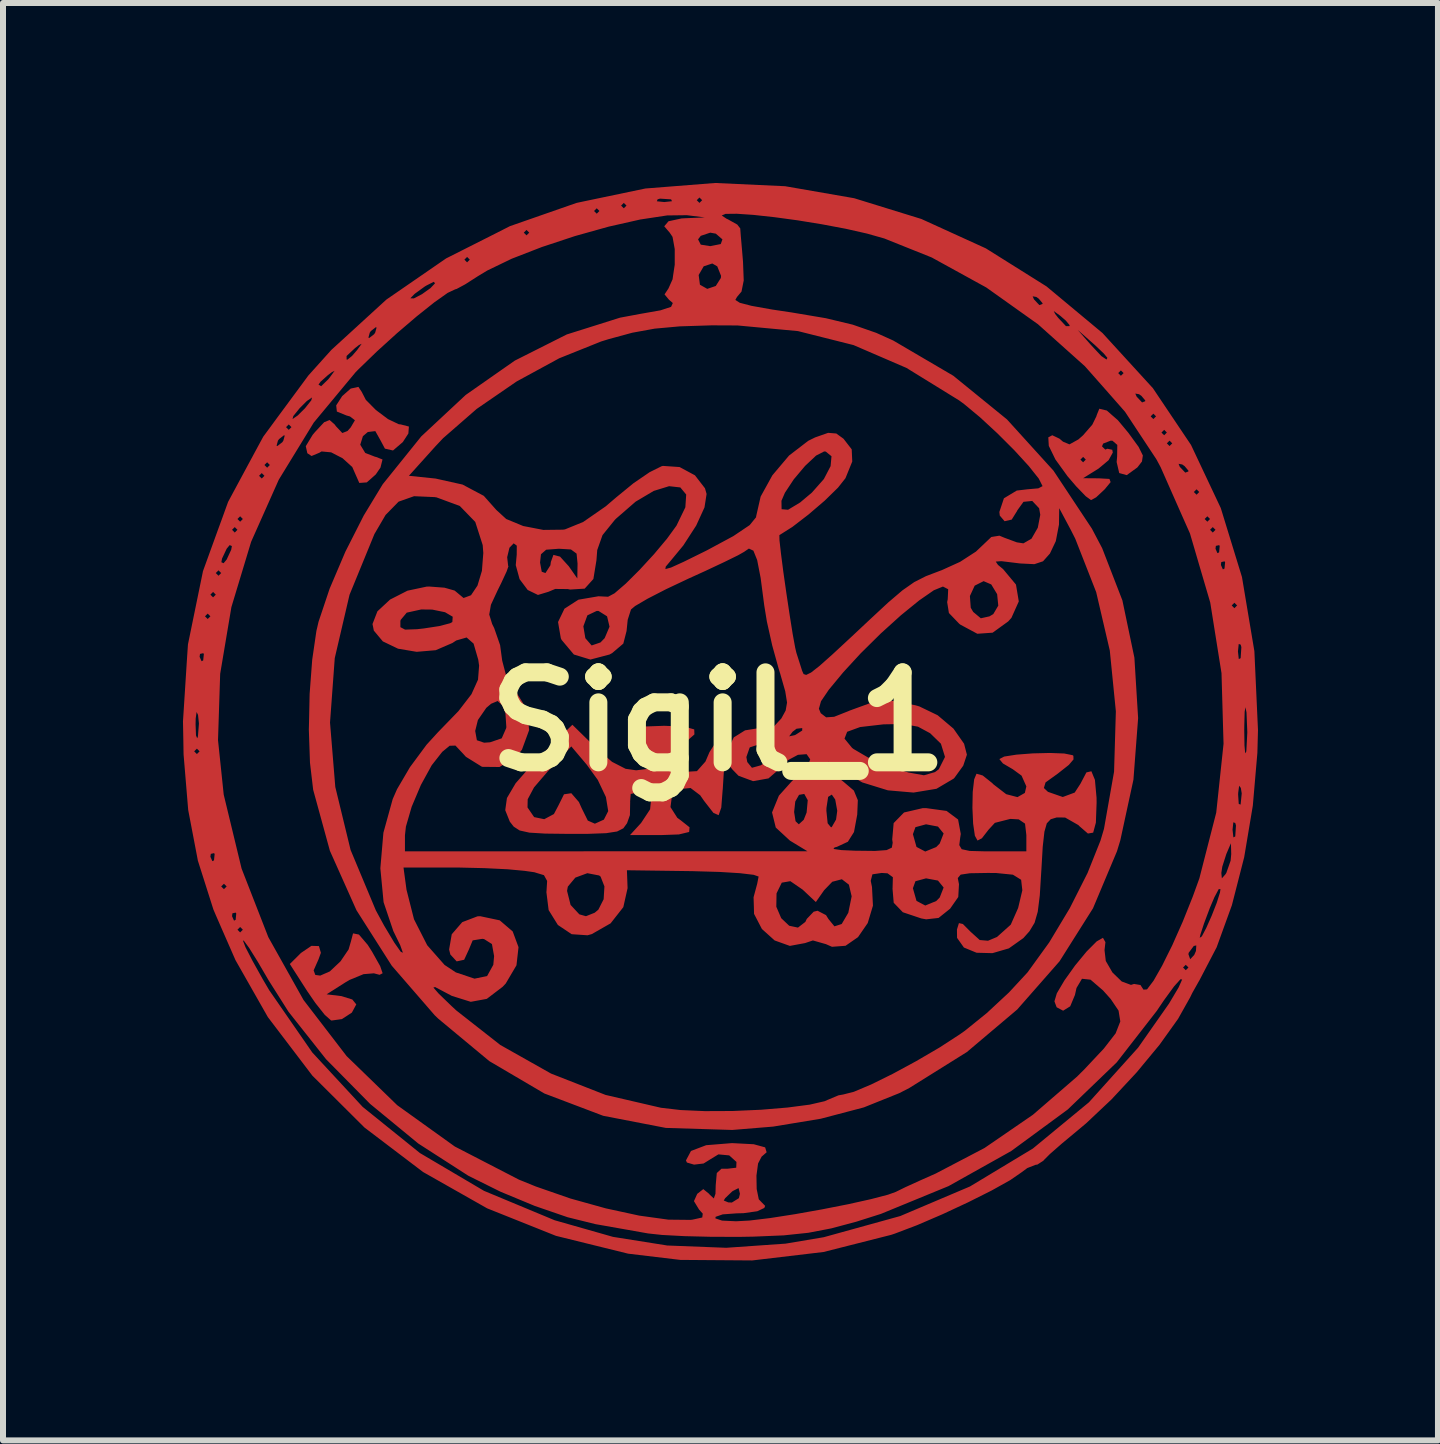
<source format=kicad_pcb>
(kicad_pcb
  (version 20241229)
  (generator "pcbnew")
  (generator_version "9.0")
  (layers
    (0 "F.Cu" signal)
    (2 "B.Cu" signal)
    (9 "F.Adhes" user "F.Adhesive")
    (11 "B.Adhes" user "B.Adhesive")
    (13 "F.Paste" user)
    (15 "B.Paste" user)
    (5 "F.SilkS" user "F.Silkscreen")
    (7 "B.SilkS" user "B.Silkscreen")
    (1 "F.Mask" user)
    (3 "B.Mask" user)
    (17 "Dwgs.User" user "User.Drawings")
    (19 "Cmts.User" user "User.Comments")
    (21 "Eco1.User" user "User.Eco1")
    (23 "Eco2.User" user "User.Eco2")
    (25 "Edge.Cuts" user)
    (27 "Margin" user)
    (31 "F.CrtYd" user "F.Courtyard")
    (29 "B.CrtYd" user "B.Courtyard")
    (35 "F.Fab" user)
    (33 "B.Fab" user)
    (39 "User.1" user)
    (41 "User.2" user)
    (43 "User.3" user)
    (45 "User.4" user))
  (footprint "Sigil_1"
    (layer "F.Cu")
    (at 8.924 8.979)
    (property "Reference" "Sigil_1" (at 0 0 0) (layer "F.SilkS") (effects (font (size 1.5 1.5) (thickness 0.3))))
    (attr board_only exclude_from_pos_files exclude_from_bom)
    (fp_poly (pts (xy -5.991 3.549) (xy -5.845 3.72) (xy -5.773 3.833) (xy -5.637 4.075) (xy -5.596 4.194) (xy -5.647 4.22) (xy -5.742 4.195) (xy -5.914 4.209) (xy -6.147 4.305) (xy -6.215 4.345) (xy -6.53 4.545) (xy -6.282 4.575) (xy -6.102 4.631) (xy -6.035 4.713) (xy -6.109 4.85) (xy -6.275 4.958) (xy -6.446 4.982) (xy -6.457 4.979) (xy -6.56 4.888) (xy -6.717 4.69) (xy -6.853 4.492) (xy -7.143 4.04) (xy -6.958 3.856) (xy -6.783 3.737) (xy -6.658 3.741) (xy -6.625 3.853) (xy -6.665 3.963) (xy -6.746 4.146) (xy -6.718 4.222) (xy -6.636 4.233) (xy -6.476 4.163) (xy -6.298 3.995) (xy -6.163 3.796) (xy -6.125 3.665) (xy -6.089 3.529)) (stroke (width 0) (type solid)) (fill yes) (layer "F.Cu"))
    (fp_poly (pts (xy -5.945 -5.498) (xy -5.876 -5.364) (xy -5.709 -5.195) (xy -5.506 -5.043) (xy -5.328 -4.958) (xy -5.293 -4.954) (xy -5.158 -4.919) (xy -5.167 -4.803) (xy -5.259 -4.661) (xy -5.423 -4.52) (xy -5.558 -4.551) (xy -5.629 -4.684) (xy -5.718 -4.843) (xy -5.843 -4.828) (xy -5.925 -4.758) (xy -5.969 -4.616) (xy -5.886 -4.479) (xy -5.718 -4.414) (xy -5.708 -4.413) (xy -5.598 -4.37) (xy -5.632 -4.235) (xy -5.71 -4.121) (xy -5.86 -3.988) (xy -5.985 -3.979) (xy -6.035 -4.092) (xy -6.102 -4.244) (xy -6.263 -4.39) (xy -6.454 -4.489) (xy -6.614 -4.504) (xy -6.651 -4.482) (xy -6.781 -4.428) (xy -6.851 -4.474) (xy -6.877 -4.592) (xy -6.763 -4.78) (xy -6.722 -4.829) (xy -6.571 -4.991) (xy -6.48 -5.028) (xy -6.396 -4.954) (xy -6.373 -4.923) (xy -6.268 -4.811) (xy -6.181 -4.845) (xy -6.128 -4.905) (xy -6.058 -5.024) (xy -6.14 -5.087) (xy -6.2 -5.104) (xy -6.359 -5.169) (xy -6.37 -5.272) (xy -6.27 -5.427) (xy -6.128 -5.552) (xy -6 -5.58)) (stroke (width 0) (type solid)) (fill yes) (layer "F.Cu"))
    (fp_poly (pts (xy 6.475 -5.186) (xy 6.661 -5.023) (xy 6.835 -4.814) (xy 7.005 -4.58) (xy 7.076 -4.437) (xy 7.061 -4.336) (xy 6.984 -4.237) (xy 6.807 -4.109) (xy 6.682 -4.144) (xy 6.639 -4.328) (xy 6.647 -4.417) (xy 6.65 -4.613) (xy 6.57 -4.682) (xy 6.54 -4.684) (xy 6.414 -4.635) (xy 6.395 -4.588) (xy 6.45 -4.535) (xy 6.485 -4.549) (xy 6.566 -4.532) (xy 6.575 -4.485) (xy 6.505 -4.358) (xy 6.336 -4.217) (xy 6.327 -4.212) (xy 6.08 -4.058) (xy 6.341 -4.056) (xy 6.519 -4.046) (xy 6.539 -3.993) (xy 6.44 -3.873) (xy 6.297 -3.739) (xy 6.212 -3.693) (xy 6.124 -3.757) (xy 5.964 -3.923) (xy 5.82 -4.091) (xy 5.62 -4.368) (xy 6.035 -4.368) (xy 6.08 -4.323) (xy 6.125 -4.368) (xy 6.08 -4.413) (xy 6.035 -4.368) (xy 5.62 -4.368) (xy 5.618 -4.371) (xy 5.508 -4.597) (xy 5.5 -4.739) (xy 5.566 -4.774) (xy 5.686 -4.717) (xy 5.745 -4.667) (xy 5.853 -4.622) (xy 6.001 -4.704) (xy 6.079 -4.773) (xy 6.233 -4.95) (xy 6.304 -5.095) (xy 6.305 -5.105) (xy 6.35 -5.216)) (stroke (width 0) (type solid)) (fill yes) (layer "F.Cu"))
    (fp_poly (pts (xy 1.113 -8.925) (xy 2.264 -8.725) (xy 3.384 -8.379) (xy 4.459 -7.889) (xy 5.47 -7.255) (xy 6.403 -6.478) (xy 7.242 -5.56) (xy 7.245 -5.556) (xy 7.879 -4.612) (xy 8.375 -3.56) (xy 8.728 -2.411) (xy 8.935 -1.174) (xy 8.995 0.14) (xy 8.985 0.519) (xy 8.909 1.4) (xy 8.765 2.26) (xy 8.56 3.06) (xy 8.306 3.761) (xy 8.013 4.323) (xy 8.012 4.323) (xy 7.9 4.522) (xy 7.865 4.594) (xy 7.663 4.954) (xy 7.354 5.386) (xy 6.972 5.847) (xy 6.554 6.296) (xy 6.132 6.694) (xy 5.99 6.813) (xy 5.729 7.03) (xy 5.528 7.206) (xy 5.425 7.309) (xy 5.419 7.318) (xy 5.316 7.384) (xy 5.291 7.386) (xy 5.15 7.441) (xy 5.05 7.515) (xy 4.864 7.643) (xy 4.554 7.816) (xy 4.163 8.012) (xy 3.736 8.211) (xy 3.315 8.392) (xy 2.944 8.533) (xy 2.882 8.554) (xy 1.754 8.84) (xy 0.565 8.981) (xy -0.635 8.972) (xy -1.504 8.868) (xy -2.707 8.571) (xy -3.853 8.113) (xy -4.922 7.507) (xy -5.899 6.765) (xy -6.767 5.901) (xy -7.509 4.925) (xy -8.049 3.975) (xy -8.192 3.648) (xy -7.925 3.648) (xy -7.882 3.76) (xy -7.765 3.987) (xy -7.596 4.29) (xy -7.487 4.476) (xy -6.768 5.515) (xy -5.929 6.421) (xy -4.974 7.191) (xy -3.906 7.821) (xy -2.729 8.311) (xy -1.756 8.588) (xy -0.851 8.732) (xy 0.131 8.77) (xy 1.12 8.701) (xy 1.756 8.594) (xy 3.032 8.241) (xy 4.194 7.748) (xy 5.242 7.116) (xy 6.177 6.345) (xy 6.997 5.434) (xy 7.513 4.698) (xy 7.672 4.43) (xy 7.731 4.298) (xy 7.703 4.294) (xy 7.597 4.412) (xy 7.427 4.645) (xy 7.309 4.82) (xy 6.64 5.68) (xy 5.824 6.465) (xy 4.882 7.157) (xy 3.837 7.742) (xy 2.71 8.205) (xy 2.297 8.336) (xy 1.881 8.447) (xy 1.5 8.52) (xy 1.091 8.563) (xy 0.59 8.584) (xy 0.36 8.588) (xy -0.116 8.587) (xy -0.566 8.576) (xy -0.939 8.556) (xy -1.171 8.531) (xy -1.515 8.47) (xy -1.905 8.401) (xy -2.048 8.376) (xy -2.512 8.261) (xy -3.061 8.072) (xy -3.632 7.835) (xy -4.158 7.574) (xy -4.174 7.565) (xy -5.002 7.032) (xy -5.804 6.372) (xy -6.539 5.627) (xy -7.164 4.837) (xy -7.497 4.311) (xy -7.678 4.001) (xy -7.821 3.772) (xy -7.908 3.653) (xy -7.925 3.648) (xy -8.192 3.648) (xy -8.271 3.468) (xy -8.016 3.468) (xy -7.971 3.513) (xy -7.926 3.468) (xy -7.971 3.423) (xy -8.016 3.468) (xy -8.271 3.468) (xy -8.369 3.243) (xy -8.106 3.243) (xy -8.073 3.317) (xy -8.046 3.303) (xy -8.036 3.196) (xy -8.046 3.183) (xy -8.1 3.195) (xy -8.106 3.243) (xy -8.369 3.243) (xy -8.417 3.131) (xy -8.539 2.747) (xy -8.287 2.747) (xy -8.241 2.792) (xy -8.196 2.747) (xy -8.241 2.702) (xy -8.287 2.747) (xy -8.539 2.747) (xy -8.676 2.316) (xy -8.688 2.252) (xy -8.467 2.252) (xy -8.434 2.326) (xy -8.407 2.312) (xy -8.396 2.205) (xy -8.407 2.192) (xy -8.46 2.204) (xy -8.467 2.252) (xy -8.688 2.252) (xy -8.837 1.472) (xy -8.914 0.547) (xy -8.915 0.495) (xy -8.737 0.495) (xy -8.692 0.54) (xy -8.647 0.495) (xy -8.692 0.45) (xy -8.737 0.495) (xy -8.915 0.495) (xy -8.918 0.308) (xy -8.34 0.308) (xy -8.245 1.216) (xy -7.947 2.449) (xy -7.501 3.593) (xy -6.915 4.639) (xy -6.196 5.575) (xy -5.353 6.393) (xy -4.393 7.082) (xy -3.324 7.634) (xy -3.041 7.749) (xy -2.465 7.949) (xy -1.876 8.113) (xy -1.318 8.234) (xy -0.833 8.301) (xy -0.465 8.305) (xy -0.431 8.301) (xy -0.268 8.265) (xy -0.26 8.201) (xy -0.322 8.132) (xy -0.407 7.992) (xy -0.402 7.982) (xy 0.09 7.982) (xy 0.164 8.013) (xy 0.225 8.016) (xy 0.342 7.943) (xy 0.36 7.87) (xy 0.337 7.775) (xy 0.238 7.825) (xy 0.225 7.836) (xy 0.113 7.944) (xy 0.09 7.982) (xy -0.402 7.982) (xy -0.352 7.871) (xy -0.251 7.792) (xy -0.155 7.87) (xy -0.145 7.883) (xy -0.076 7.948) (xy -0.048 7.87) (xy -0.044 7.727) (xy -0.026 7.524) (xy 0.052 7.452) (xy 0.154 7.452) (xy 0.298 7.435) (xy 0.302 7.339) (xy 0.181 7.23) (xy 0.001 7.213) (xy -0.135 7.296) (xy -0.246 7.365) (xy -0.405 7.384) (xy -0.524 7.349) (xy -0.54 7.314) (xy -0.456 7.156) (xy -0.203 7.06) (xy 0.218 7.026) (xy 0.243 7.026) (xy 0.59 7.044) (xy 0.78 7.096) (xy 0.805 7.178) (xy 0.721 7.251) (xy 0.662 7.365) (xy 0.635 7.568) (xy 0.639 7.79) (xy 0.674 7.962) (xy 0.726 8.016) (xy 0.78 8.071) (xy 0.766 8.106) (xy 0.649 8.161) (xy 0.42 8.193) (xy 0.305 8.196) (xy 0.073 8.213) (xy -0.046 8.254) (xy -0.049 8.28) (xy 0.062 8.317) (xy 0.294 8.328) (xy 0.519 8.316) (xy 0.86 8.275) (xy 1.277 8.21) (xy 1.726 8.13) (xy 2.163 8.044) (xy 2.545 7.959) (xy 2.828 7.885) (xy 2.956 7.839) (xy 3.117 7.76) (xy 3.381 7.64) (xy 3.622 7.533) (xy 4.436 7.107) (xy 5.243 6.553) (xy 5.98 5.916) (xy 6.106 5.79) (xy 6.426 5.449) (xy 6.622 5.196) (xy 6.7 4.997) (xy 6.671 4.817) (xy 6.54 4.623) (xy 6.412 4.48) (xy 6.204 4.301) (xy 6.061 4.286) (xy 5.97 4.439) (xy 5.944 4.556) (xy 5.865 4.745) (xy 5.747 4.818) (xy 5.639 4.761) (xy 5.602 4.662) (xy 5.642 4.528) (xy 5.769 4.313) (xy 5.946 4.065) (xy 6.138 3.832) (xy 6.306 3.663) (xy 6.411 3.603) (xy 6.452 3.676) (xy 6.437 3.808) (xy 6.458 3.989) (xy 6.569 4.181) (xy 6.724 4.331) (xy 6.878 4.388) (xy 6.929 4.372) (xy 7.036 4.39) (xy 7.086 4.467) (xy 7.145 4.463) (xy 7.254 4.319) (xy 7.38 4.098) (xy 7.746 4.098) (xy 7.791 4.143) (xy 7.836 4.098) (xy 7.791 4.053) (xy 7.746 4.098) (xy 7.38 4.098) (xy 7.399 4.064) (xy 7.491 3.878) (xy 7.836 3.878) (xy 7.865 3.96) (xy 7.932 3.889) (xy 7.961 3.823) (xy 7.967 3.73) (xy 7.925 3.739) (xy 7.839 3.854) (xy 7.836 3.878) (xy 7.491 3.878) (xy 7.567 3.726) (xy 7.621 3.603) (xy 8.024 3.603) (xy 8.059 3.579) (xy 8.133 3.438) (xy 8.223 3.235) (xy 8.307 3.021) (xy 8.361 2.85) (xy 8.37 2.792) (xy 8.341 2.791) (xy 8.268 2.928) (xy 8.192 3.107) (xy 8.095 3.366) (xy 8.035 3.55) (xy 8.024 3.603) (xy 7.621 3.603) (xy 7.741 3.333) (xy 7.909 2.913) (xy 8.018 2.612) (xy 8.041 2.522) (xy 8.384 2.522) (xy 8.393 2.612) (xy 8.452 2.545) (xy 8.467 2.522) (xy 8.539 2.317) (xy 8.549 2.207) (xy 8.544 2.027) (xy 8.467 2.207) (xy 8.4 2.417) (xy 8.384 2.522) (xy 8.041 2.522) (xy 8.226 1.801) (xy 8.571 1.801) (xy 8.585 1.929) (xy 8.616 1.914) (xy 8.628 1.73) (xy 8.616 1.689) (xy 8.584 1.678) (xy 8.571 1.801) (xy 8.226 1.801) (xy 8.299 1.517) (xy 8.331 1.216) (xy 8.664 1.216) (xy 8.674 1.37) (xy 8.702 1.383) (xy 8.706 1.375) (xy 8.724 1.196) (xy 8.709 1.105) (xy 8.681 1.068) (xy 8.665 1.188) (xy 8.664 1.216) (xy 8.331 1.216) (xy 8.421 0.368) (xy 8.414 0.135) (xy 8.766 0.135) (xy 8.77 0.398) (xy 8.782 0.528) (xy 8.798 0.504) (xy 8.802 0.475) (xy 8.817 0.177) (xy 8.804 -0.144) (xy 8.803 -0.156) (xy 8.786 -0.241) (xy 8.773 -0.164) (xy 8.767 0.058) (xy 8.766 0.135) (xy 8.414 0.135) (xy 8.387 -0.808) (xy 8.329 -1.171) (xy 8.661 -1.171) (xy 8.675 -1.043) (xy 8.706 -1.058) (xy 8.718 -1.243) (xy 8.706 -1.284) (xy 8.674 -1.295) (xy 8.661 -1.171) (xy 8.329 -1.171) (xy 8.207 -1.937) (xy 8.557 -1.937) (xy 8.602 -1.891) (xy 8.647 -1.937) (xy 8.602 -1.982) (xy 8.557 -1.937) (xy 8.207 -1.937) (xy 8.199 -1.986) (xy 8.015 -2.612) (xy 8.377 -2.612) (xy 8.41 -2.538) (xy 8.437 -2.552) (xy 8.447 -2.659) (xy 8.437 -2.672) (xy 8.383 -2.66) (xy 8.377 -2.612) (xy 8.015 -2.612) (xy 7.936 -2.882) (xy 8.287 -2.882) (xy 8.319 -2.808) (xy 8.347 -2.822) (xy 8.357 -2.929) (xy 8.347 -2.942) (xy 8.293 -2.93) (xy 8.287 -2.882) (xy 7.936 -2.882) (xy 7.861 -3.137) (xy 7.834 -3.198) (xy 8.196 -3.198) (xy 8.241 -3.152) (xy 8.287 -3.198) (xy 8.241 -3.243) (xy 8.196 -3.198) (xy 7.834 -3.198) (xy 7.754 -3.378) (xy 8.106 -3.378) (xy 8.151 -3.333) (xy 8.196 -3.378) (xy 8.151 -3.423) (xy 8.106 -3.378) (xy 7.754 -3.378) (xy 7.555 -3.828) (xy 7.926 -3.828) (xy 7.971 -3.783) (xy 8.016 -3.828) (xy 7.971 -3.873) (xy 7.926 -3.828) (xy 7.555 -3.828) (xy 7.374 -4.238) (xy 7.342 -4.298) (xy 7.671 -4.298) (xy 7.692 -4.247) (xy 7.783 -4.151) (xy 7.835 -4.17) (xy 7.836 -4.183) (xy 7.772 -4.259) (xy 7.732 -4.287) (xy 7.671 -4.298) (xy 7.342 -4.298) (xy 7.301 -4.374) (xy 7.126 -4.639) (xy 7.476 -4.639) (xy 7.521 -4.594) (xy 7.566 -4.639) (xy 7.521 -4.684) (xy 7.476 -4.639) (xy 7.126 -4.639) (xy 7.007 -4.819) (xy 7.386 -4.819) (xy 7.431 -4.774) (xy 7.476 -4.819) (xy 7.431 -4.864) (xy 7.386 -4.819) (xy 7.007 -4.819) (xy 6.829 -5.089) (xy 7.206 -5.089) (xy 7.251 -5.044) (xy 7.296 -5.089) (xy 7.251 -5.134) (xy 7.206 -5.089) (xy 6.829 -5.089) (xy 6.779 -5.165) (xy 6.512 -5.469) (xy 6.95 -5.469) (xy 6.972 -5.418) (xy 7.063 -5.321) (xy 7.115 -5.341) (xy 7.116 -5.354) (xy 7.052 -5.43) (xy 7.012 -5.458) (xy 6.95 -5.469) (xy 6.512 -5.469) (xy 6.211 -5.81) (xy 6.665 -5.81) (xy 6.71 -5.765) (xy 6.755 -5.81) (xy 6.71 -5.855) (xy 6.665 -5.81) (xy 6.211 -5.81) (xy 6.11 -5.924) (xy 5.433 -6.53) (xy 5.99 -6.53) (xy 6.208 -6.282) (xy 6.384 -6.094) (xy 6.47 -6.036) (xy 6.485 -6.064) (xy 6.425 -6.136) (xy 6.276 -6.278) (xy 6.237 -6.312) (xy 5.99 -6.53) (xy 5.433 -6.53) (xy 5.328 -6.624) (xy 5.017 -6.845) (xy 5.59 -6.845) (xy 5.613 -6.798) (xy 5.663 -6.733) (xy 5.794 -6.593) (xy 5.853 -6.593) (xy 5.855 -6.609) (xy 5.793 -6.684) (xy 5.697 -6.767) (xy 5.59 -6.845) (xy 5.017 -6.845) (xy 4.673 -7.09) (xy 5.239 -7.09) (xy 5.261 -7.039) (xy 5.351 -6.943) (xy 5.403 -6.963) (xy 5.404 -6.975) (xy 5.34 -7.051) (xy 5.3 -7.079) (xy 5.239 -7.09) (xy 4.673 -7.09) (xy 4.466 -7.237) (xy 3.557 -7.737) (xy 2.766 -8.054) (xy 2.476 -8.136) (xy 2.122 -8.216) (xy 1.729 -8.29) (xy 1.324 -8.356) (xy 0.934 -8.409) (xy 0.586 -8.447) (xy 0.306 -8.466) (xy 0.12 -8.464) (xy 0.056 -8.437) (xy 0.14 -8.381) (xy 0.158 -8.374) (xy 0.315 -8.286) (xy 0.365 -8.222) (xy 0.374 -8.099) (xy 0.395 -7.858) (xy 0.411 -7.667) (xy 0.423 -7.354) (xy 0.386 -7.169) (xy 0.311 -7.079) (xy 0.283 -7.029) (xy 0.357 -6.982) (xy 0.553 -6.931) (xy 0.894 -6.87) (xy 1.221 -6.821) (xy 1.791 -6.725) (xy 2.241 -6.617) (xy 2.631 -6.481) (xy 2.915 -6.353) (xy 3.916 -5.766) (xy 4.811 -5.038) (xy 5.586 -4.184) (xy 6.226 -3.218) (xy 6.398 -2.891) (xy 6.735 -2.021) (xy 6.935 -1.066) (xy 6.997 -0.059) (xy 6.919 0.967) (xy 6.7 1.979) (xy 6.644 2.162) (xy 6.245 3.111) (xy 5.687 3.995) (xy 4.982 4.798) (xy 4.143 5.507) (xy 3.184 6.106) (xy 3.017 6.192) (xy 2.425 6.43) (xy 1.707 6.619) (xy 0.913 6.75) (xy 0.233 6.806) (xy -0.875 6.772) (xy -1.919 6.57) (xy -2.9 6.198) (xy -3.817 5.659) (xy -4.669 4.951) (xy -4.729 4.893) (xy -5.444 4.068) (xy -6.032 3.144) (xy -6.475 2.153) (xy -6.754 1.135) (xy -6.807 0.685) (xy -6.826 0.132) (xy -6.823 0.015) (xy -6.473 0.015) (xy -6.385 1.089) (xy -6.13 2.139) (xy -5.709 3.146) (xy -5.571 3.4) (xy -5.401 3.684) (xy -5.294 3.836) (xy -5.258 3.852) (xy -5.303 3.726) (xy -5.418 3.49) (xy -5.58 3.01) (xy -5.634 2.444) (xy -5.633 2.432) (xy -5.248 2.432) (xy -5.198 2.802) (xy -5.073 3.294) (xy -4.853 3.727) (xy -4.564 4.055) (xy -4.375 4.18) (xy -4.064 4.284) (xy -3.855 4.241) (xy -3.751 4.053) (xy -3.738 3.908) (xy -3.774 3.707) (xy -3.904 3.625) (xy -3.934 3.62) (xy -4.095 3.646) (xy -4.159 3.8) (xy -4.237 3.969) (xy -4.362 3.996) (xy -4.467 3.882) (xy -4.488 3.798) (xy -4.444 3.544) (xy -4.269 3.342) (xy -4.015 3.245) (xy -3.969 3.243) (xy -3.644 3.312) (xy -3.428 3.497) (xy -3.331 3.759) (xy -3.365 4.061) (xy -3.544 4.365) (xy -3.596 4.42) (xy -3.86 4.621) (xy -4.127 4.67) (xy -4.443 4.571) (xy -4.583 4.497) (xy -4.721 4.424) (xy -4.75 4.432) (xy -4.662 4.533) (xy -4.45 4.738) (xy -4.368 4.814) (xy -3.635 5.389) (xy -2.789 5.866) (xy -1.88 6.222) (xy -0.957 6.436) (xy -0.63 6.474) (xy -0.225 6.492) (xy 0.237 6.49) (xy 0.712 6.469) (xy 1.155 6.432) (xy 1.523 6.384) (xy 1.771 6.327) (xy 1.823 6.304) (xy 2.002 6.229) (xy 2.081 6.215) (xy 2.258 6.17) (xy 2.547 6.048) (xy 2.908 5.87) (xy 3.301 5.657) (xy 3.688 5.431) (xy 4.028 5.21) (xy 4.11 5.152) (xy 4.474 4.858) (xy 4.845 4.513) (xy 5.145 4.189) (xy 5.157 4.175) (xy 5.515 3.68) (xy 5.858 3.109) (xy 6.154 2.523) (xy 6.37 1.982) (xy 6.428 1.787) (xy 6.596 0.834) (xy 6.626 -0.172) (xy 6.525 -1.185) (xy 6.298 -2.159) (xy 5.949 -3.05) (xy 5.874 -3.198) (xy 5.682 -3.558) (xy 5.678 -3.285) (xy 5.625 -3.009) (xy 5.527 -2.802) (xy 5.412 -2.673) (xy 5.268 -2.625) (xy 5.028 -2.637) (xy 4.964 -2.645) (xy 4.717 -2.675) (xy 4.624 -2.668) (xy 4.661 -2.613) (xy 4.746 -2.543) (xy 4.961 -2.285) (xy 5.008 -2.004) (xy 4.885 -1.73) (xy 4.832 -1.671) (xy 4.572 -1.483) (xy 4.317 -1.465) (xy 4.034 -1.617) (xy 4.014 -1.633) (xy 3.843 -1.811) (xy 3.814 -1.993) (xy 3.823 -2.038) (xy 3.826 -2.094) (xy 4.193 -2.094) (xy 4.207 -1.899) (xy 4.248 -1.829) (xy 4.375 -1.723) (xy 4.519 -1.755) (xy 4.583 -1.793) (xy 4.666 -1.934) (xy 4.647 -2.125) (xy 4.549 -2.287) (xy 4.422 -2.342) (xy 4.273 -2.267) (xy 4.193 -2.094) (xy 3.826 -2.094) (xy 3.831 -2.207) (xy 3.744 -2.252) (xy 3.592 -2.19) (xy 3.348 -2.021) (xy 3.043 -1.773) (xy 2.708 -1.47) (xy 2.373 -1.139) (xy 2.083 -0.824) (xy 1.842 -0.533) (xy 1.711 -0.34) (xy 1.676 -0.215) (xy 1.707 -0.141) (xy 1.797 -0.072) (xy 1.93 -0.081) (xy 2.16 -0.172) (xy 2.19 -0.185) (xy 2.564 -0.321) (xy 2.901 -0.348) (xy 3.289 -0.272) (xy 3.35 -0.254) (xy 3.655 -0.107) (xy 3.919 0.116) (xy 4.096 0.368) (xy 4.143 0.551) (xy 4.082 0.734) (xy 3.935 0.937) (xy 3.922 0.95) (xy 3.636 1.119) (xy 3.254 1.182) (xy 2.826 1.145) (xy 2.399 1.013) (xy 2.019 0.791) (xy 1.959 0.741) (xy 1.839 0.669) (xy 1.801 0.7) (xy 1.869 0.812) (xy 2.035 0.963) (xy 2.079 0.996) (xy 2.259 1.149) (xy 2.325 1.309) (xy 2.315 1.549) (xy 2.261 1.84) (xy 2.159 2.002) (xy 1.976 2.087) (xy 1.937 2.097) (xy 1.919 2.122) (xy 2.052 2.141) (xy 2.274 2.151) (xy 2.612 2.155) (xy 2.805 2.141) (xy 2.892 2.1) (xy 2.906 2.019) (xy 2.898 1.963) (xy 2.906 1.876) (xy 3.243 1.876) (xy 3.303 2.088) (xy 3.449 2.165) (xy 3.632 2.09) (xy 3.69 2.031) (xy 3.755 1.864) (xy 3.661 1.749) (xy 3.462 1.711) (xy 3.285 1.759) (xy 3.243 1.876) (xy 2.906 1.876) (xy 2.922 1.691) (xy 3.095 1.514) (xy 3.405 1.442) (xy 3.46 1.441) (xy 3.804 1.488) (xy 3.996 1.631) (xy 4.041 1.872) (xy 4.031 1.936) (xy 4.016 2.058) (xy 4.056 2.126) (xy 4.189 2.155) (xy 4.453 2.162) (xy 4.561 2.162) (xy 5.134 2.162) (xy 5.134 1.891) (xy 5.112 1.7) (xy 5.007 1.629) (xy 4.867 1.621) (xy 4.609 1.687) (xy 4.504 1.801) (xy 4.393 1.944) (xy 4.32 1.982) (xy 4.276 1.902) (xy 4.247 1.701) (xy 4.235 1.438) (xy 4.24 1.172) (xy 4.264 0.962) (xy 4.303 0.868) (xy 4.406 0.897) (xy 4.564 1.023) (xy 4.583 1.043) (xy 4.798 1.209) (xy 4.986 1.258) (xy 5.109 1.188) (xy 5.134 1.079) (xy 5.054 0.9) (xy 4.909 0.794) (xy 4.744 0.697) (xy 4.684 0.624) (xy 4.764 0.582) (xy 4.969 0.55) (xy 5.241 0.529) (xy 5.526 0.522) (xy 5.766 0.531) (xy 5.905 0.559) (xy 5.918 0.57) (xy 5.92 0.63) (xy 5.842 0.721) (xy 5.657 0.867) (xy 5.454 1.013) (xy 5.426 1.106) (xy 5.494 1.17) (xy 5.741 1.256) (xy 5.94 1.182) (xy 6.035 1.036) (xy 6.135 0.846) (xy 6.218 0.827) (xy 6.277 0.97) (xy 6.304 1.267) (xy 6.305 1.351) (xy 6.293 1.683) (xy 6.248 1.85) (xy 6.16 1.865) (xy 6.018 1.742) (xy 6.001 1.724) (xy 5.78 1.598) (xy 5.639 1.597) (xy 5.54 1.627) (xy 5.475 1.695) (xy 5.435 1.835) (xy 5.407 2.084) (xy 5.384 2.477) (xy 5.383 2.49) (xy 5.358 2.897) (xy 5.324 3.169) (xy 5.271 3.353) (xy 5.185 3.495) (xy 5.084 3.608) (xy 4.843 3.779) (xy 4.569 3.859) (xy 4.304 3.852) (xy 4.093 3.765) (xy 3.979 3.604) (xy 3.977 3.465) (xy 4.01 3.358) (xy 4.076 3.373) (xy 4.204 3.502) (xy 4.357 3.64) (xy 4.495 3.652) (xy 4.645 3.589) (xy 4.874 3.384) (xy 4.997 3.106) (xy 5.067 2.811) (xy 5.047 2.636) (xy 4.91 2.551) (xy 4.63 2.523) (xy 4.49 2.522) (xy 4.193 2.527) (xy 4.039 2.55) (xy 3.991 2.607) (xy 4.011 2.71) (xy 3.999 2.923) (xy 3.863 3.118) (xy 3.671 3.272) (xy 3.464 3.295) (xy 3.382 3.28) (xy 3.075 3.177) (xy 2.923 3.019) (xy 2.903 2.782) (xy 2.904 2.777) (xy 3.243 2.777) (xy 3.303 2.988) (xy 3.449 3.065) (xy 3.632 2.99) (xy 3.69 2.931) (xy 3.755 2.765) (xy 3.661 2.649) (xy 3.462 2.612) (xy 3.285 2.66) (xy 3.243 2.777) (xy 2.904 2.777) (xy 2.904 2.775) (xy 2.909 2.593) (xy 2.82 2.528) (xy 2.722 2.522) (xy 2.568 2.545) (xy 2.54 2.653) (xy 2.561 2.756) (xy 2.577 3.067) (xy 2.49 3.357) (xy 2.328 3.592) (xy 2.12 3.736) (xy 1.894 3.753) (xy 1.794 3.709) (xy 1.576 3.647) (xy 1.445 3.691) (xy 1.192 3.738) (xy 0.938 3.647) (xy 0.726 3.456) (xy 0.595 3.204) (xy 0.592 3.085) (xy 0.966 3.085) (xy 1.048 3.276) (xy 1.181 3.402) (xy 1.327 3.433) (xy 1.45 3.338) (xy 1.474 3.288) (xy 1.589 3.168) (xy 1.654 3.152) (xy 1.795 3.225) (xy 1.834 3.288) (xy 1.935 3.412) (xy 2.056 3.373) (xy 2.166 3.186) (xy 2.222 2.912) (xy 2.176 2.717) (xy 2.059 2.627) (xy 1.899 2.669) (xy 1.763 2.81) (xy 1.625 3.007) (xy 1.405 2.8) (xy 1.2 2.659) (xy 1.057 2.684) (xy 0.97 2.862) (xy 0.966 3.085) (xy 0.592 3.085) (xy 0.587 2.927) (xy 0.593 2.905) (xy 0.648 2.7) (xy 0.671 2.582) (xy 0.588 2.553) (xy 0.36 2.526) (xy 0.02 2.505) (xy -0.397 2.493) (xy -0.424 2.492) (xy -1.524 2.477) (xy -1.513 2.775) (xy -1.584 3.092) (xy -1.796 3.362) (xy -2.109 3.541) (xy -2.18 3.561) (xy -2.445 3.543) (xy -2.675 3.389) (xy -2.829 3.141) (xy -2.866 2.843) (xy -2.866 2.842) (xy -2.864 2.821) (xy -2.522 2.821) (xy -2.463 3.055) (xy -2.317 3.212) (xy -2.207 3.243) (xy -2.061 3.185) (xy -2 3.134) (xy -1.912 2.96) (xy -1.899 2.746) (xy -1.963 2.583) (xy -1.987 2.564) (xy -2.184 2.526) (xy -2.384 2.6) (xy -2.509 2.75) (xy -2.522 2.821) (xy -2.864 2.821) (xy -2.854 2.655) (xy -2.907 2.559) (xy -3.068 2.51) (xy -3.229 2.487) (xy -3.508 2.461) (xy -3.894 2.442) (xy -4.319 2.432) (xy -4.438 2.432) (xy -5.248 2.432) (xy -5.633 2.432) (xy -5.587 1.894) (xy -5.224 1.894) (xy -5.224 2.162) (xy -1.869 2.161) (xy 1.486 2.161) (xy 1.193 1.983) (xy 0.957 1.765) (xy 0.895 1.513) (xy 0.898 1.506) (xy 1.263 1.506) (xy 1.287 1.66) (xy 1.341 1.711) (xy 1.423 1.636) (xy 1.471 1.516) (xy 1.474 1.486) (xy 1.801 1.486) (xy 1.822 1.694) (xy 1.878 1.762) (xy 1.891 1.756) (xy 1.962 1.632) (xy 1.982 1.486) (xy 1.948 1.298) (xy 1.891 1.216) (xy 1.83 1.254) (xy 1.802 1.439) (xy 1.801 1.486) (xy 1.474 1.486) (xy 1.49 1.309) (xy 1.432 1.205) (xy 1.345 1.22) (xy 1.282 1.331) (xy 1.263 1.506) (xy 0.898 1.506) (xy 1.009 1.234) (xy 1.216 1.003) (xy 1.403 0.816) (xy 1.516 0.67) (xy 1.531 0.628) (xy 1.471 0.542) (xy 1.327 0.553) (xy 1.16 0.642) (xy 1.044 0.766) (xy 0.836 0.946) (xy 0.579 0.992) (xy 0.336 0.902) (xy 0.235 0.798) (xy 0.16 0.703) (xy 0.116 0.71) (xy 0.091 0.844) (xy 0.073 1.133) (xy 0.072 1.134) (xy 0.049 1.432) (xy 0.005 1.559) (xy -0.082 1.521) (xy -0.237 1.322) (xy -0.303 1.227) (xy -0.463 1.106) (xy -0.615 1.121) (xy -0.774 1.243) (xy -0.798 1.424) (xy -0.684 1.603) (xy -0.63 1.642) (xy -0.48 1.761) (xy -0.487 1.839) (xy -0.658 1.88) (xy -0.961 1.891) (xy -1.473 1.891) (xy -1.288 1.689) (xy -1.138 1.462) (xy -1.119 1.282) (xy -1.23 1.181) (xy -1.313 1.171) (xy -1.461 1.206) (xy -1.471 1.337) (xy -1.47 1.342) (xy -1.474 1.558) (xy -1.522 1.693) (xy -1.584 1.778) (xy -1.688 1.831) (xy -1.87 1.859) (xy -2.167 1.87) (xy -2.481 1.871) (xy -2.886 1.866) (xy -3.15 1.85) (xy -3.312 1.814) (xy -3.411 1.75) (xy -3.476 1.667) (xy -3.552 1.477) (xy -3.546 1.43) (xy -3.181 1.43) (xy -3.071 1.591) (xy -2.902 1.626) (xy -2.741 1.54) (xy -2.665 1.396) (xy -2.573 1.211) (xy -2.451 1.193) (xy -2.324 1.34) (xy -2.279 1.441) (xy -2.176 1.649) (xy -2.058 1.701) (xy -1.908 1.633) (xy -1.836 1.491) (xy -1.874 1.257) (xy -2.01 0.971) (xy -2.194 0.717) (xy -2.451 0.413) (xy -2.841 0.826) (xy -3.073 1.097) (xy -3.178 1.294) (xy -3.181 1.43) (xy -3.546 1.43) (xy -3.524 1.273) (xy -3.379 1.027) (xy -3.105 0.714) (xy -2.936 0.544) (xy -2.433 0.052) (xy -2.046 0.431) (xy -1.772 0.67) (xy -1.546 0.786) (xy -1.37 0.811) (xy -1.163 0.786) (xy -1.086 0.692) (xy -1.081 0.636) (xy -1.15 0.455) (xy -1.278 0.322) (xy -1.41 0.201) (xy -1.389 0.122) (xy -1.205 0.08) (xy -0.901 0.069) (xy -0.566 0.083) (xy -0.402 0.129) (xy -0.399 0.213) (xy -0.523 0.322) (xy -0.681 0.498) (xy -0.709 0.68) (xy -0.604 0.813) (xy -0.544 0.836) (xy -0.357 0.825) (xy -0.215 0.665) (xy -0.183 0.59) (xy 0.467 0.59) (xy 0.482 0.673) (xy 0.56 0.769) (xy 0.704 0.729) (xy 0.719 0.721) (xy 0.862 0.61) (xy 0.901 0.534) (xy 0.828 0.424) (xy 0.673 0.38) (xy 0.527 0.428) (xy 0.522 0.432) (xy 0.467 0.59) (xy -0.183 0.59) (xy -0.148 0.508) (xy -0.076 0.395) (xy 0.037 0.443) (xy 0.046 0.451) (xy 0.152 0.513) (xy 0.18 0.43) (xy 0.18 0.42) (xy 0.247 0.283) (xy 2.103 0.283) (xy 2.228 0.436) (xy 2.252 0.455) (xy 2.493 0.596) (xy 2.825 0.737) (xy 3.166 0.847) (xy 3.427 0.894) (xy 3.611 0.841) (xy 3.675 0.793) (xy 3.778 0.588) (xy 3.71 0.368) (xy 3.53 0.193) (xy 3.328 0.084) (xy 3.082 0.039) (xy 2.753 0.045) (xy 2.363 0.09) (xy 2.147 0.169) (xy 2.103 0.283) (xy 0.247 0.283) (xy 0.258 0.261) (xy 0.285 0.245) (xy 1.18 0.245) (xy 1.27 0.226) (xy 1.287 0.219) (xy 1.398 0.148) (xy 1.398 0.107) (xy 1.303 0.118) (xy 1.237 0.169) (xy 1.18 0.245) (xy 0.285 0.245) (xy 0.445 0.145) (xy 0.67 0.109) (xy 0.733 0.119) (xy 0.922 0.085) (xy 1.051 -0.055) (xy 1.122 -0.185) (xy 1.145 -0.318) (xy 1.115 -0.506) (xy 1.03 -0.803) (xy 1.006 -0.88) (xy 0.898 -1.27) (xy 0.809 -1.668) (xy 0.765 -1.937) (xy 0.705 -2.395) (xy 0.647 -2.694) (xy 0.584 -2.85) (xy 0.509 -2.885) (xy 0.427 -2.829) (xy 0.328 -2.773) (xy 0.1 -2.661) (xy -0.219 -2.511) (xy -0.505 -2.381) (xy -0.873 -2.207) (xy -1.18 -2.049) (xy -1.388 -1.927) (xy -1.456 -1.87) (xy -1.511 -1.698) (xy -1.53 -1.511) (xy -1.584 -1.301) (xy -1.77 -1.143) (xy -1.814 -1.119) (xy -2.133 -1.035) (xy -2.408 -1.119) (xy -2.613 -1.363) (xy -2.626 -1.391) (xy -2.66 -1.589) (xy -2.25 -1.589) (xy -2.217 -1.391) (xy -2.112 -1.27) (xy -1.965 -1.32) (xy -1.895 -1.392) (xy -1.814 -1.583) (xy -1.855 -1.756) (xy -1.997 -1.845) (xy -2.027 -1.846) (xy -2.183 -1.772) (xy -2.25 -1.589) (xy -2.66 -1.589) (xy -2.672 -1.661) (xy -2.565 -1.883) (xy -2.332 -2.033) (xy -1.998 -2.09) (xy -1.838 -2.082) (xy -1.731 -2.139) (xy -1.544 -2.3) (xy -1.313 -2.53) (xy -1.072 -2.792) (xy -0.855 -3.051) (xy -0.698 -3.267) (xy -0.55 -3.573) (xy -0.536 -3.786) (xy -0.634 -3.904) (xy -0.821 -3.925) (xy -1.077 -3.846) (xy -1.379 -3.667) (xy -1.705 -3.384) (xy -1.726 -3.363) (xy -1.931 -3.109) (xy -2.019 -2.86) (xy -2.032 -2.69) (xy -2.083 -2.378) (xy -2.228 -2.217) (xy -2.472 -2.202) (xy -2.508 -2.21) (xy -2.719 -2.212) (xy -2.834 -2.164) (xy -3.007 -2.112) (xy -3.178 -2.195) (xy -3.313 -2.375) (xy -3.377 -2.609) (xy -3.373 -2.652) (xy -2.972 -2.652) (xy -2.944 -2.499) (xy -2.882 -2.477) (xy -2.799 -2.607) (xy -2.792 -2.662) (xy -2.749 -2.78) (xy -2.639 -2.751) (xy -2.493 -2.59) (xy -2.351 -2.387) (xy -2.347 -2.635) (xy -2.363 -2.801) (xy -2.457 -2.87) (xy -2.657 -2.882) (xy -2.87 -2.866) (xy -2.957 -2.79) (xy -2.972 -2.652) (xy -3.373 -2.652) (xy -3.361 -2.783) (xy -3.36 -2.934) (xy -3.412 -2.972) (xy -3.482 -2.899) (xy -3.52 -2.741) (xy -3.504 -2.598) (xy -3.499 -2.59) (xy -3.529 -2.504) (xy -3.618 -2.312) (xy -3.678 -2.191) (xy -3.791 -1.948) (xy -3.819 -1.785) (xy -3.77 -1.627) (xy -3.737 -1.561) (xy -3.638 -1.276) (xy -3.603 -1.017) (xy -3.516 -0.686) (xy -3.378 -0.504) (xy -3.188 -0.2) (xy -3.154 0.141) (xy -3.274 0.468) (xy -3.376 0.592) (xy -3.648 0.756) (xy -3.939 0.753) (xy -4.208 0.586) (xy -4.258 0.531) (xy -4.382 0.399) (xy -4.479 0.402) (xy -4.602 0.503) (xy -4.778 0.727) (xy -4.958 1.055) (xy -5.112 1.419) (xy -5.208 1.749) (xy -5.224 1.894) (xy -5.587 1.894) (xy -5.583 1.851) (xy -5.428 1.29) (xy -5.356 1.126) (xy -5.14 0.758) (xy -4.864 0.385) (xy -4.677 0.18) (xy -4.653 0.155) (xy -4.053 0.155) (xy -4.025 0.31) (xy -3.904 0.351) (xy -3.805 0.344) (xy -3.611 0.278) (xy -3.537 0.109) (xy -3.534 0.09) (xy -3.549 -0.137) (xy -3.597 -0.267) (xy -3.679 -0.344) (xy -3.788 -0.298) (xy -3.868 -0.23) (xy -4.008 -0.027) (xy -4.053 0.155) (xy -4.653 0.155) (xy -4.333 -0.175) (xy -4.115 -0.458) (xy -4.006 -0.7) (xy -3.988 -0.934) (xy -4.002 -1.032) (xy -4.08 -1.301) (xy -4.196 -1.403) (xy -4.369 -1.353) (xy -4.433 -1.311) (xy -4.711 -1.191) (xy -5.029 -1.164) (xy -5.339 -1.216) (xy -5.593 -1.338) (xy -5.743 -1.518) (xy -5.754 -1.575) (xy -5.3 -1.575) (xy -5.222 -1.534) (xy -5.023 -1.541) (xy -4.913 -1.553) (xy -4.652 -1.593) (xy -4.472 -1.64) (xy -4.434 -1.661) (xy -4.428 -1.749) (xy -4.556 -1.824) (xy -4.77 -1.868) (xy -4.953 -1.87) (xy -5.194 -1.817) (xy -5.296 -1.695) (xy -5.3 -1.676) (xy -5.3 -1.575) (xy -5.754 -1.575) (xy -5.765 -1.627) (xy -5.683 -1.839) (xy -5.472 -2.035) (xy -5.182 -2.183) (xy -4.861 -2.251) (xy -4.817 -2.252) (xy -4.565 -2.233) (xy -4.396 -2.185) (xy -4.368 -2.162) (xy -4.247 -2.061) (xy -4.123 -2.107) (xy -4.015 -2.268) (xy -3.941 -2.514) (xy -3.918 -2.811) (xy -3.928 -2.943) (xy -4.052 -3.329) (xy -4.31 -3.595) (xy -4.697 -3.738) (xy -4.731 -3.743) (xy -5.072 -3.758) (xy -5.33 -3.667) (xy -5.547 -3.445) (xy -5.733 -3.127) (xy -6.148 -2.114) (xy -6.394 -1.059) (xy -6.473 0.015) (xy -6.823 0.015) (xy -6.813 -0.461) (xy -6.77 -1.031) (xy -6.7 -1.512) (xy -6.664 -1.666) (xy -6.479 -2.218) (xy -6.217 -2.833) (xy -5.911 -3.436) (xy -5.599 -3.95) (xy -5.59 -3.963) (xy -5.481 -4.098) (xy -5.158 -4.098) (xy -4.713 -4.052) (xy -4.264 -3.952) (xy -3.91 -3.764) (xy -3.701 -3.529) (xy -3.536 -3.378) (xy -3.253 -3.261) (xy -2.917 -3.196) (xy -2.59 -3.2) (xy -2.556 -3.205) (xy -2.254 -3.328) (xy -1.879 -3.588) (xy -1.702 -3.739) (xy -1.415 -3.974) (xy -1.146 -4.158) (xy -0.945 -4.258) (xy -0.924 -4.263) (xy -0.646 -4.244) (xy -0.39 -4.106) (xy -0.223 -3.89) (xy -0.196 -3.795) (xy -0.231 -3.571) (xy -0.369 -3.269) (xy -0.584 -2.937) (xy -0.792 -2.685) (xy -0.877 -2.584) (xy -0.883 -2.543) (xy -0.788 -2.569) (xy -0.575 -2.666) (xy -0.222 -2.84) (xy -0.192 -2.855) (xy 0.25 -3.093) (xy 0.522 -3.276) (xy 0.629 -3.407) (xy 0.63 -3.422) (xy 0.689 -3.682) (xy 1.052 -3.682) (xy 1.054 -3.541) (xy 1.162 -3.532) (xy 1.364 -3.654) (xy 1.559 -3.818) (xy 1.759 -4.044) (xy 1.871 -4.259) (xy 1.886 -4.424) (xy 1.79 -4.502) (xy 1.763 -4.504) (xy 1.629 -4.435) (xy 1.446 -4.263) (xy 1.258 -4.04) (xy 1.11 -3.816) (xy 1.052 -3.682) (xy 0.689 -3.682) (xy 0.705 -3.752) (xy 0.901 -4.107) (xy 1.178 -4.435) (xy 1.498 -4.681) (xy 1.613 -4.738) (xy 1.83 -4.814) (xy 1.966 -4.803) (xy 2.086 -4.716) (xy 2.223 -4.539) (xy 2.232 -4.336) (xy 2.119 -4.058) (xy 1.995 -3.901) (xy 1.773 -3.684) (xy 1.502 -3.452) (xy 1.234 -3.246) (xy 1.019 -3.11) (xy 1.017 -3.109) (xy 1.019 -3.022) (xy 1.044 -2.801) (xy 1.084 -2.491) (xy 1.135 -2.134) (xy 1.189 -1.776) (xy 1.239 -1.461) (xy 1.281 -1.232) (xy 1.301 -1.147) (xy 1.372 -0.925) (xy 1.397 -0.846) (xy 1.421 -0.793) (xy 1.464 -0.779) (xy 1.546 -0.819) (xy 1.685 -0.928) (xy 1.902 -1.121) (xy 2.217 -1.413) (xy 2.508 -1.686) (xy 2.831 -1.986) (xy 3.069 -2.189) (xy 3.265 -2.326) (xy 3.46 -2.425) (xy 3.699 -2.516) (xy 3.724 -2.525) (xy 4.03 -2.664) (xy 4.294 -2.835) (xy 4.388 -2.924) (xy 4.55 -3.078) (xy 4.685 -3.1) (xy 4.767 -3.066) (xy 4.975 -2.989) (xy 5.085 -2.972) (xy 5.22 -3.05) (xy 5.325 -3.233) (xy 5.366 -3.448) (xy 5.347 -3.557) (xy 5.232 -3.679) (xy 5.086 -3.664) (xy 4.982 -3.52) (xy 4.98 -3.513) (xy 4.89 -3.368) (xy 4.771 -3.341) (xy 4.691 -3.435) (xy 4.684 -3.495) (xy 4.76 -3.723) (xy 4.974 -3.852) (xy 5.152 -3.873) (xy 5.334 -3.889) (xy 5.404 -3.926) (xy 5.341 -4.051) (xy 5.174 -4.261) (xy 4.933 -4.524) (xy 4.652 -4.805) (xy 4.362 -5.073) (xy 4.095 -5.295) (xy 4.013 -5.355) (xy 3.136 -5.896) (xy 2.253 -6.277) (xy 1.327 -6.51) (xy 0.32 -6.604) (xy -0.112 -6.606) (xy -0.643 -6.589) (xy -1.061 -6.551) (xy -1.434 -6.483) (xy -1.828 -6.376) (xy -1.954 -6.337) (xy -2.652 -6.057) (xy -3.363 -5.67) (xy -4.028 -5.213) (xy -4.589 -4.724) (xy -4.718 -4.587) (xy -5.158 -4.098) (xy -5.481 -4.098) (xy -4.952 -4.755) (xy -4.211 -5.446) (xy -3.393 -6.018) (xy -2.527 -6.454) (xy -1.638 -6.734) (xy -1.306 -6.796) (xy -0.965 -6.856) (xy -0.788 -6.914) (xy -0.759 -6.978) (xy -0.823 -7.033) (xy -0.897 -7.122) (xy -0.832 -7.22) (xy -0.763 -7.374) (xy -0.753 -7.445) (xy -0.328 -7.445) (xy -0.307 -7.283) (xy -0.185 -7.214) (xy -0.043 -7.262) (xy 0.042 -7.396) (xy 0.045 -7.431) (xy -0.018 -7.589) (xy -0.101 -7.637) (xy -0.244 -7.59) (xy -0.328 -7.445) (xy -0.753 -7.445) (xy -0.727 -7.617) (xy -0.727 -7.877) (xy -0.756 -8.039) (xy -0.338 -8.039) (xy -0.293 -7.951) (xy -0.135 -7.926) (xy 0.04 -7.961) (xy 0.068 -8.039) (xy -0.042 -8.134) (xy -0.135 -8.151) (xy -0.293 -8.098) (xy -0.338 -8.039) (xy -0.756 -8.039) (xy -0.764 -8.081) (xy -0.811 -8.151) (xy -0.902 -8.257) (xy -0.831 -8.341) (xy -0.613 -8.388) (xy -0.563 -8.391) (xy -0.225 -8.405) (xy -0.526 -8.442) (xy -0.854 -8.438) (xy -1.302 -8.37) (xy -1.829 -8.251) (xy -2.39 -8.094) (xy -2.943 -7.911) (xy -3.445 -7.716) (xy -3.853 -7.519) (xy -4.01 -7.424) (xy -4.219 -7.29) (xy -4.362 -7.213) (xy -4.387 -7.206) (xy -4.512 -7.147) (xy -4.735 -6.989) (xy -5.026 -6.757) (xy -5.355 -6.476) (xy -5.69 -6.172) (xy -6.001 -5.871) (xy -6.048 -5.823) (xy -6.744 -4.985) (xy -7.327 -4.033) (xy -7.788 -2.998) (xy -8.117 -1.909) (xy -8.304 -0.797) (xy -8.34 0.308) (xy -8.918 0.308) (xy -8.923 0.045) (xy -8.714 0.045) (xy -8.707 0.23) (xy -8.687 0.278) (xy -8.675 0.249) (xy -8.658 0.032) (xy -8.673 -0.112) (xy -8.697 -0.161) (xy -8.712 -0.053) (xy -8.714 0.045) (xy -8.923 0.045) (xy -8.924 -0.003) (xy -8.855 -1.081) (xy -8.647 -1.081) (xy -8.614 -1.007) (xy -8.587 -1.021) (xy -8.576 -1.128) (xy -8.587 -1.141) (xy -8.64 -1.129) (xy -8.647 -1.081) (xy -8.855 -1.081) (xy -8.841 -1.288) (xy -8.745 -1.756) (xy -8.557 -1.756) (xy -8.512 -1.711) (xy -8.467 -1.756) (xy -8.512 -1.801) (xy -8.557 -1.756) (xy -8.745 -1.756) (xy -8.671 -2.117) (xy -8.467 -2.117) (xy -8.422 -2.072) (xy -8.377 -2.117) (xy -8.422 -2.162) (xy -8.467 -2.117) (xy -8.671 -2.117) (xy -8.597 -2.477) (xy -8.377 -2.477) (xy -8.332 -2.432) (xy -8.287 -2.477) (xy -8.332 -2.522) (xy -8.377 -2.477) (xy -8.597 -2.477) (xy -8.591 -2.508) (xy -8.537 -2.657) (xy -8.284 -2.657) (xy -8.247 -2.641) (xy -8.196 -2.702) (xy -8.12 -2.866) (xy -8.109 -2.927) (xy -8.146 -2.943) (xy -8.196 -2.882) (xy -8.273 -2.718) (xy -8.284 -2.657) (xy -8.537 -2.657) (xy -8.341 -3.198) (xy -8.106 -3.198) (xy -8.061 -3.152) (xy -8.016 -3.198) (xy -8.061 -3.243) (xy -8.106 -3.198) (xy -8.341 -3.198) (xy -8.275 -3.378) (xy -8.016 -3.378) (xy -7.971 -3.333) (xy -7.926 -3.378) (xy -7.971 -3.423) (xy -8.016 -3.378) (xy -8.275 -3.378) (xy -8.172 -3.663) (xy -7.938 -4.098) (xy -7.656 -4.098) (xy -7.611 -4.053) (xy -7.566 -4.098) (xy -7.611 -4.143) (xy -7.656 -4.098) (xy -7.938 -4.098) (xy -7.841 -4.278) (xy -7.566 -4.278) (xy -7.521 -4.233) (xy -7.476 -4.278) (xy -7.521 -4.323) (xy -7.566 -4.278) (xy -7.841 -4.278) (xy -7.668 -4.599) (xy -7.364 -4.599) (xy -7.351 -4.594) (xy -7.269 -4.657) (xy -7.251 -4.684) (xy -7.228 -4.768) (xy -7.24 -4.774) (xy -7.322 -4.71) (xy -7.341 -4.684) (xy -7.364 -4.599) (xy -7.668 -4.599) (xy -7.586 -4.75) (xy -7.469 -4.909) (xy -7.206 -4.909) (xy -7.161 -4.864) (xy -7.116 -4.909) (xy -7.161 -4.954) (xy -7.206 -4.909) (xy -7.469 -4.909) (xy -7.37 -5.044) (xy -7.098 -5.044) (xy -7.012 -5.103) (xy -6.89 -5.224) (xy -6.786 -5.355) (xy -6.772 -5.404) (xy -6.859 -5.345) (xy -6.98 -5.224) (xy -7.085 -5.094) (xy -7.098 -5.044) (xy -7.37 -5.044) (xy -6.946 -5.618) (xy -6.665 -5.618) (xy -6.621 -5.591) (xy -6.502 -5.707) (xy -6.474 -5.742) (xy -6.396 -5.849) (xy -6.442 -5.826) (xy -6.508 -5.776) (xy -6.632 -5.665) (xy -6.665 -5.618) (xy -6.946 -5.618) (xy -6.834 -5.77) (xy -6.542 -6.095) (xy -6.197 -6.095) (xy -6.197 -6.036) (xy -6.181 -6.035) (xy -6.106 -6.096) (xy -6.023 -6.192) (xy -5.945 -6.299) (xy -5.992 -6.277) (xy -6.057 -6.226) (xy -6.197 -6.095) (xy -6.542 -6.095) (xy -6.449 -6.198) (xy -6.227 -6.401) (xy -5.833 -6.401) (xy -5.82 -6.395) (xy -5.738 -6.458) (xy -5.72 -6.485) (xy -5.697 -6.569) (xy -5.709 -6.575) (xy -5.791 -6.512) (xy -5.81 -6.485) (xy -5.833 -6.401) (xy -6.227 -6.401) (xy -5.534 -7.035) (xy -5.502 -7.057) (xy -5.134 -7.057) (xy -5.075 -7.055) (xy -4.941 -7.125) (xy -4.799 -7.226) (xy -4.723 -7.306) (xy -4.743 -7.332) (xy -4.873 -7.266) (xy -4.898 -7.25) (xy -5.062 -7.131) (xy -5.134 -7.058) (xy -5.134 -7.057) (xy -5.502 -7.057) (xy -4.568 -7.701) (xy -4.233 -7.701) (xy -4.188 -7.656) (xy -4.143 -7.701) (xy -4.188 -7.746) (xy -4.233 -7.701) (xy -4.568 -7.701) (xy -4.537 -7.722) (xy -3.687 -8.151) (xy -3.243 -8.151) (xy -3.198 -8.106) (xy -3.152 -8.151) (xy -3.198 -8.196) (xy -3.243 -8.151) (xy -3.687 -8.151) (xy -3.475 -8.259) (xy -2.75 -8.512) (xy -2.072 -8.512) (xy -2.027 -8.467) (xy -1.982 -8.512) (xy -2.027 -8.557) (xy -2.072 -8.512) (xy -2.75 -8.512) (xy -2.492 -8.602) (xy -1.621 -8.602) (xy -1.576 -8.557) (xy -1.531 -8.602) (xy -1.576 -8.647) (xy -1.621 -8.602) (xy -2.492 -8.602) (xy -2.362 -8.647) (xy -2.235 -8.674) (xy -1.025 -8.674) (xy -0.901 -8.661) (xy -0.773 -8.675) (xy -0.781 -8.692) (xy -0.36 -8.692) (xy -0.315 -8.647) (xy -0.27 -8.692) (xy -0.315 -8.737) (xy -0.36 -8.692) (xy -0.781 -8.692) (xy -0.788 -8.706) (xy -0.973 -8.718) (xy -1.013 -8.706) (xy -1.025 -8.674) (xy -2.235 -8.674) (xy -1.216 -8.887) (xy -0.053 -8.979)) (stroke (width 0) (type solid)) (fill yes) (layer "F.Cu")))
  (gr_rect
    (start -3 -3)
    (end 20.919 20.96)
    (stroke (width 0.1) (type default))
    (fill no)
    (layer "Edge.Cuts")))
</source>
